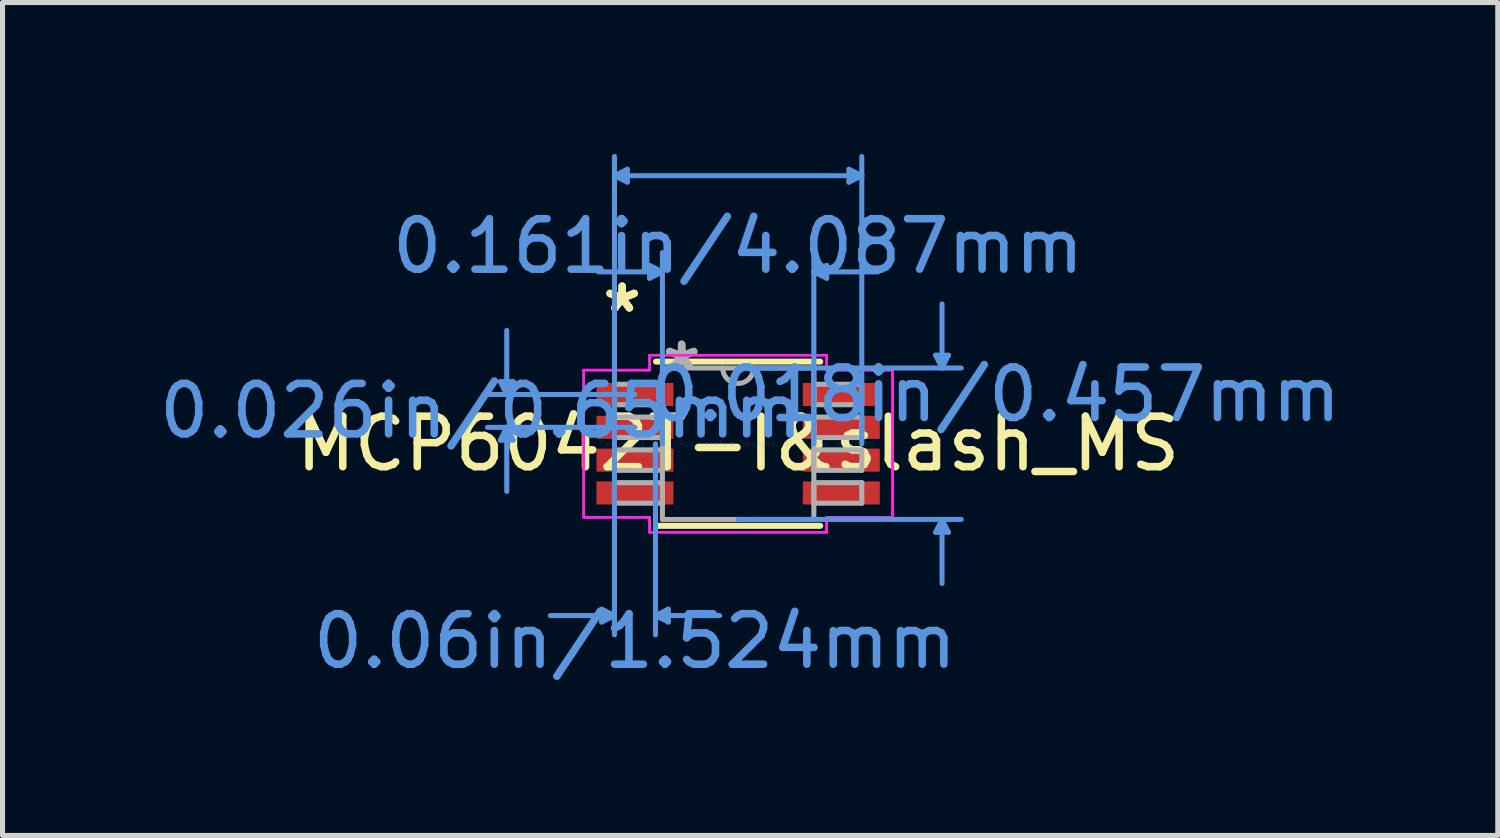
<source format=kicad_pcb>
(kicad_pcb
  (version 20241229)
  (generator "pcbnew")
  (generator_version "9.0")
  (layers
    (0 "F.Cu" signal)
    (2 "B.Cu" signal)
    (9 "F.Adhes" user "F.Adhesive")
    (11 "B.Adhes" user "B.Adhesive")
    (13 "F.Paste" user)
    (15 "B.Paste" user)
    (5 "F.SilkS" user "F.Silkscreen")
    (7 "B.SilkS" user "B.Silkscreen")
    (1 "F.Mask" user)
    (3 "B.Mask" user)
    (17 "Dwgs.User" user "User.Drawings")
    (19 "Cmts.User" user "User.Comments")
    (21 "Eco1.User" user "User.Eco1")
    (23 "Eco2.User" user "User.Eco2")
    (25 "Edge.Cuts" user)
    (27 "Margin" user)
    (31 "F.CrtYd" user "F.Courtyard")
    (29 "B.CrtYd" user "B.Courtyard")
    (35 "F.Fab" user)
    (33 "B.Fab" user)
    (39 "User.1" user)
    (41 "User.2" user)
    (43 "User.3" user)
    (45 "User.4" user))
  (footprint "MCP6042T-I&slash_MS"
    (layer "F.Cu")
    (at 11.574 5.741)
    (property "Reference" "MCP6042T-I&slash_MS" (at 0 0 0) (layer "F.SilkS") (effects (font (size 1 1) (thickness 0.15))))
    (attr through_hole)
    (fp_line (start -1.627 1.627) (end 1.627 1.627) (stroke (width 0.12) (type solid)) (layer "F.SilkS"))
    (fp_line (start 1.627 -1.627) (end -1.627 -1.627) (stroke (width 0.12) (type solid)) (layer "F.SilkS"))
    (fp_line (start -4.711 -1.229) (end -4.457 -1.229) (stroke (width 0.1) (type solid)) (layer "Cmts.User"))
    (fp_line (start -4.711 -0.071) (end -4.457 -0.071) (stroke (width 0.1) (type solid)) (layer "Cmts.User"))
    (fp_line (start -4.584 -0.975) (end -4.711 -1.229) (stroke (width 0.1) (type solid)) (layer "Cmts.User"))
    (fp_line (start -4.584 -0.975) (end -4.584 -2.245) (stroke (width 0.1) (type solid)) (layer "Cmts.User"))
    (fp_line (start -4.584 -0.975) (end -4.457 -1.229) (stroke (width 0.1) (type solid)) (layer "Cmts.User"))
    (fp_line (start -4.584 -0.325) (end -4.711 -0.071) (stroke (width 0.1) (type solid)) (layer "Cmts.User"))
    (fp_line (start -4.584 -0.325) (end -4.584 0.945) (stroke (width 0.1) (type solid)) (layer "Cmts.User"))
    (fp_line (start -4.584 -0.325) (end -4.457 -0.071) (stroke (width 0.1) (type solid)) (layer "Cmts.User"))
    (fp_line (start -2.704 3.278) (end -2.704 3.532) (stroke (width 0.1) (type solid)) (layer "Cmts.User"))
    (fp_line (start -2.45 -5.31) (end -2.196 -5.437) (stroke (width 0.1) (type solid)) (layer "Cmts.User"))
    (fp_line (start -2.45 -5.31) (end -2.196 -5.183) (stroke (width 0.1) (type solid)) (layer "Cmts.User"))
    (fp_line (start -2.45 -5.31) (end 2.45 -5.31) (stroke (width 0.1) (type solid)) (layer "Cmts.User"))
    (fp_line (start -2.45 0) (end -2.45 -5.691) (stroke (width 0.1) (type solid)) (layer "Cmts.User"))
    (fp_line (start -2.45 0) (end -2.45 3.786) (stroke (width 0.1) (type solid)) (layer "Cmts.User"))
    (fp_line (start -2.45 3.405) (end -3.72 3.405) (stroke (width 0.1) (type solid)) (layer "Cmts.User"))
    (fp_line (start -2.45 3.405) (end -2.704 3.278) (stroke (width 0.1) (type solid)) (layer "Cmts.User"))
    (fp_line (start -2.45 3.405) (end -2.704 3.532) (stroke (width 0.1) (type solid)) (layer "Cmts.User"))
    (fp_line (start -2.196 -5.437) (end -2.196 -5.183) (stroke (width 0.1) (type solid)) (layer "Cmts.User"))
    (fp_line (start -2.044 -0.975) (end -4.965 -0.975) (stroke (width 0.1) (type solid)) (layer "Cmts.User"))
    (fp_line (start -2.044 -0.325) (end -4.965 -0.325) (stroke (width 0.1) (type solid)) (layer "Cmts.User"))
    (fp_line (start -1.754 -3.532) (end -1.754 -3.278) (stroke (width 0.1) (type solid)) (layer "Cmts.User"))
    (fp_line (start -1.637 0) (end -1.637 3.786) (stroke (width 0.1) (type solid)) (layer "Cmts.User"))
    (fp_line (start -1.637 3.405) (end -1.383 3.278) (stroke (width 0.1) (type solid)) (layer "Cmts.User"))
    (fp_line (start -1.637 3.405) (end -1.383 3.532) (stroke (width 0.1) (type solid)) (layer "Cmts.User"))
    (fp_line (start -1.637 3.405) (end -0.367 3.405) (stroke (width 0.1) (type solid)) (layer "Cmts.User"))
    (fp_line (start -1.5 -3.405) (end -2.77 -3.405) (stroke (width 0.1) (type solid)) (layer "Cmts.User"))
    (fp_line (start -1.5 -3.405) (end -1.754 -3.532) (stroke (width 0.1) (type solid)) (layer "Cmts.User"))
    (fp_line (start -1.5 -3.405) (end -1.754 -3.278) (stroke (width 0.1) (type solid)) (layer "Cmts.User"))
    (fp_line (start -1.5 0) (end -1.5 -3.786) (stroke (width 0.1) (type solid)) (layer "Cmts.User"))
    (fp_line (start -1.383 3.278) (end -1.383 3.532) (stroke (width 0.1) (type solid)) (layer "Cmts.User"))
    (fp_line (start 0 -1.5) (end 4.421 -1.5) (stroke (width 0.1) (type solid)) (layer "Cmts.User"))
    (fp_line (start 0 1.5) (end 4.421 1.5) (stroke (width 0.1) (type solid)) (layer "Cmts.User"))
    (fp_line (start 1.5 -3.405) (end 1.754 -3.532) (stroke (width 0.1) (type solid)) (layer "Cmts.User"))
    (fp_line (start 1.5 -3.405) (end 1.754 -3.278) (stroke (width 0.1) (type solid)) (layer "Cmts.User"))
    (fp_line (start 1.5 -3.405) (end 2.77 -3.405) (stroke (width 0.1) (type solid)) (layer "Cmts.User"))
    (fp_line (start 1.5 0) (end 1.5 -3.786) (stroke (width 0.1) (type solid)) (layer "Cmts.User"))
    (fp_line (start 1.754 -3.532) (end 1.754 -3.278) (stroke (width 0.1) (type solid)) (layer "Cmts.User"))
    (fp_line (start 2.196 -5.437) (end 2.196 -5.183) (stroke (width 0.1) (type solid)) (layer "Cmts.User"))
    (fp_line (start 2.45 -5.31) (end 2.196 -5.437) (stroke (width 0.1) (type solid)) (layer "Cmts.User"))
    (fp_line (start 2.45 -5.31) (end 2.196 -5.183) (stroke (width 0.1) (type solid)) (layer "Cmts.User"))
    (fp_line (start 2.45 0) (end 2.45 -5.691) (stroke (width 0.1) (type solid)) (layer "Cmts.User"))
    (fp_line (start 3.913 -1.754) (end 4.167 -1.754) (stroke (width 0.1) (type solid)) (layer "Cmts.User"))
    (fp_line (start 3.913 1.754) (end 4.167 1.754) (stroke (width 0.1) (type solid)) (layer "Cmts.User"))
    (fp_line (start 4.04 -1.5) (end 3.913 -1.754) (stroke (width 0.1) (type solid)) (layer "Cmts.User"))
    (fp_line (start 4.04 -1.5) (end 4.04 -2.77) (stroke (width 0.1) (type solid)) (layer "Cmts.User"))
    (fp_line (start 4.04 -1.5) (end 4.167 -1.754) (stroke (width 0.1) (type solid)) (layer "Cmts.User"))
    (fp_line (start 4.04 1.5) (end 3.913 1.754) (stroke (width 0.1) (type solid)) (layer "Cmts.User"))
    (fp_line (start 4.04 1.5) (end 4.04 2.77) (stroke (width 0.1) (type solid)) (layer "Cmts.User"))
    (fp_line (start 4.04 1.5) (end 4.167 1.754) (stroke (width 0.1) (type solid)) (layer "Cmts.User"))
    (fp_line (start -3.06 -1.458) (end -1.754 -1.458) (stroke (width 0.05) (type solid)) (layer "F.CrtYd"))
    (fp_line (start -3.06 -1.458) (end -1.754 -1.458) (stroke (width 0.05) (type solid)) (layer "F.CrtYd"))
    (fp_line (start -3.06 1.458) (end -3.06 -1.458) (stroke (width 0.05) (type solid)) (layer "F.CrtYd"))
    (fp_line (start -3.06 1.458) (end -3.06 -1.458) (stroke (width 0.05) (type solid)) (layer "F.CrtYd"))
    (fp_line (start -3.06 1.458) (end -1.754 1.458) (stroke (width 0.05) (type solid)) (layer "F.CrtYd"))
    (fp_line (start -1.754 -1.754) (end 1.754 -1.754) (stroke (width 0.05) (type solid)) (layer "F.CrtYd"))
    (fp_line (start -1.754 -1.754) (end 1.754 -1.754) (stroke (width 0.05) (type solid)) (layer "F.CrtYd"))
    (fp_line (start -1.754 -1.458) (end -1.754 -1.754) (stroke (width 0.05) (type solid)) (layer "F.CrtYd"))
    (fp_line (start -1.754 -1.458) (end -1.754 -1.754) (stroke (width 0.05) (type solid)) (layer "F.CrtYd"))
    (fp_line (start -1.754 1.458) (end -3.06 1.458) (stroke (width 0.05) (type solid)) (layer "F.CrtYd"))
    (fp_line (start -1.754 1.754) (end -1.754 1.458) (stroke (width 0.05) (type solid)) (layer "F.CrtYd"))
    (fp_line (start -1.754 1.754) (end -1.754 1.458) (stroke (width 0.05) (type solid)) (layer "F.CrtYd"))
    (fp_line (start 1.754 -1.754) (end 1.754 -1.458) (stroke (width 0.05) (type solid)) (layer "F.CrtYd"))
    (fp_line (start 1.754 -1.754) (end 1.754 -1.458) (stroke (width 0.05) (type solid)) (layer "F.CrtYd"))
    (fp_line (start 1.754 -1.458) (end 3.06 -1.458) (stroke (width 0.05) (type solid)) (layer "F.CrtYd"))
    (fp_line (start 1.754 1.458) (end 1.754 1.754) (stroke (width 0.05) (type solid)) (layer "F.CrtYd"))
    (fp_line (start 1.754 1.458) (end 1.754 1.754) (stroke (width 0.05) (type solid)) (layer "F.CrtYd"))
    (fp_line (start 1.754 1.754) (end -1.754 1.754) (stroke (width 0.05) (type solid)) (layer "F.CrtYd"))
    (fp_line (start 1.754 1.754) (end -1.754 1.754) (stroke (width 0.05) (type solid)) (layer "F.CrtYd"))
    (fp_line (start 3.06 -1.458) (end 1.754 -1.458) (stroke (width 0.05) (type solid)) (layer "F.CrtYd"))
    (fp_line (start 3.06 -1.458) (end 3.06 1.458) (stroke (width 0.05) (type solid)) (layer "F.CrtYd"))
    (fp_line (start 3.06 -1.458) (end 3.06 1.458) (stroke (width 0.05) (type solid)) (layer "F.CrtYd"))
    (fp_line (start 3.06 1.458) (end 1.754 1.458) (stroke (width 0.05) (type solid)) (layer "F.CrtYd"))
    (fp_line (start 3.06 1.458) (end 1.754 1.458) (stroke (width 0.05) (type solid)) (layer "F.CrtYd"))
    (fp_line (start -2.45 -1.178) (end -2.45 -0.772) (stroke (width 0.1) (type solid)) (layer "F.Fab"))
    (fp_line (start -2.45 -0.772) (end -1.5 -0.772) (stroke (width 0.1) (type solid)) (layer "F.Fab"))
    (fp_line (start -2.45 -0.528) (end -2.45 -0.122) (stroke (width 0.1) (type solid)) (layer "F.Fab"))
    (fp_line (start -2.45 -0.122) (end -1.5 -0.122) (stroke (width 0.1) (type solid)) (layer "F.Fab"))
    (fp_line (start -2.45 0.122) (end -2.45 0.528) (stroke (width 0.1) (type solid)) (layer "F.Fab"))
    (fp_line (start -2.45 0.528) (end -1.5 0.528) (stroke (width 0.1) (type solid)) (layer "F.Fab"))
    (fp_line (start -2.45 0.772) (end -2.45 1.178) (stroke (width 0.1) (type solid)) (layer "F.Fab"))
    (fp_line (start -2.45 1.178) (end -1.5 1.178) (stroke (width 0.1) (type solid)) (layer "F.Fab"))
    (fp_line (start -1.5 -1.5) (end -1.5 1.5) (stroke (width 0.1) (type solid)) (layer "F.Fab"))
    (fp_line (start -1.5 -1.178) (end -2.45 -1.178) (stroke (width 0.1) (type solid)) (layer "F.Fab"))
    (fp_line (start -1.5 -0.772) (end -1.5 -1.178) (stroke (width 0.1) (type solid)) (layer "F.Fab"))
    (fp_line (start -1.5 -0.528) (end -2.45 -0.528) (stroke (width 0.1) (type solid)) (layer "F.Fab"))
    (fp_line (start -1.5 -0.122) (end -1.5 -0.528) (stroke (width 0.1) (type solid)) (layer "F.Fab"))
    (fp_line (start -1.5 0.122) (end -2.45 0.122) (stroke (width 0.1) (type solid)) (layer "F.Fab"))
    (fp_line (start -1.5 0.528) (end -1.5 0.122) (stroke (width 0.1) (type solid)) (layer "F.Fab"))
    (fp_line (start -1.5 0.772) (end -2.45 0.772) (stroke (width 0.1) (type solid)) (layer "F.Fab"))
    (fp_line (start -1.5 1.178) (end -1.5 0.772) (stroke (width 0.1) (type solid)) (layer "F.Fab"))
    (fp_line (start -1.5 1.5) (end 1.5 1.5) (stroke (width 0.1) (type solid)) (layer "F.Fab"))
    (fp_line (start 1.5 -1.5) (end -1.5 -1.5) (stroke (width 0.1) (type solid)) (layer "F.Fab"))
    (fp_line (start 1.5 -1.178) (end 1.5 -0.772) (stroke (width 0.1) (type solid)) (layer "F.Fab"))
    (fp_line (start 1.5 -0.772) (end 2.45 -0.772) (stroke (width 0.1) (type solid)) (layer "F.Fab"))
    (fp_line (start 1.5 -0.528) (end 1.5 -0.122) (stroke (width 0.1) (type solid)) (layer "F.Fab"))
    (fp_line (start 1.5 -0.122) (end 2.45 -0.122) (stroke (width 0.1) (type solid)) (layer "F.Fab"))
    (fp_line (start 1.5 0.122) (end 1.5 0.528) (stroke (width 0.1) (type solid)) (layer "F.Fab"))
    (fp_line (start 1.5 0.528) (end 2.45 0.528) (stroke (width 0.1) (type solid)) (layer "F.Fab"))
    (fp_line (start 1.5 0.772) (end 1.5 1.178) (stroke (width 0.1) (type solid)) (layer "F.Fab"))
    (fp_line (start 1.5 1.178) (end 2.45 1.178) (stroke (width 0.1) (type solid)) (layer "F.Fab"))
    (fp_line (start 1.5 1.5) (end 1.5 -1.5) (stroke (width 0.1) (type solid)) (layer "F.Fab"))
    (fp_line (start 2.45 -1.178) (end 1.5 -1.178) (stroke (width 0.1) (type solid)) (layer "F.Fab"))
    (fp_line (start 2.45 -0.772) (end 2.45 -1.178) (stroke (width 0.1) (type solid)) (layer "F.Fab"))
    (fp_line (start 2.45 -0.528) (end 1.5 -0.528) (stroke (width 0.1) (type solid)) (layer "F.Fab"))
    (fp_line (start 2.45 -0.122) (end 2.45 -0.528) (stroke (width 0.1) (type solid)) (layer "F.Fab"))
    (fp_line (start 2.45 0.122) (end 1.5 0.122) (stroke (width 0.1) (type solid)) (layer "F.Fab"))
    (fp_line (start 2.45 0.528) (end 2.45 0.122) (stroke (width 0.1) (type solid)) (layer "F.Fab"))
    (fp_line (start 2.45 0.772) (end 1.5 0.772) (stroke (width 0.1) (type solid)) (layer "F.Fab"))
    (fp_line (start 2.45 1.178) (end 2.45 0.772) (stroke (width 0.1) (type solid)) (layer "F.Fab"))
    (fp_arc (start 0.3048 -1.5) (mid 0 -1.1952) (end -0.3048 -1.5) (stroke (width 0.1) (type solid)) (layer "F.Fab"))
    (fp_text user "*" (at -2.298 -2.575 0) (layer "F.SilkS") (effects (font (size 1 1) (thickness 0.15))))
    (fp_text user "*" (at -2.298 -2.575 0) (layer "F.SilkS") (effects (font (size 1 1) (thickness 0.15))))
    (fp_text user "Copyright 2021 Accelerated Designs. All rights reserved." (at 0 0 0) (layer "Cmts.User") (effects (font (size 0.127 0.127) (thickness 0.002))))
    (fp_text user "0.018in/0.457mm" (at 5.092 -0.975 0) (layer "Cmts.User") (effects (font (size 1 1) (thickness 0.15))))
    (fp_text user "0.06in/1.524mm" (at -2.044 3.913 0) (layer "Cmts.User") (effects (font (size 1 1) (thickness 0.15))))
    (fp_text user "0.161in/4.087mm" (at 0 -3.913 0) (layer "Cmts.User") (effects (font (size 1 1) (thickness 0.15))))
    (fp_text user "0.026in/0.65mm" (at -5.092 -0.65 0) (layer "Cmts.User") (effects (font (size 1 1) (thickness 0.15))))
    (fp_text user "*" (at -1.119 -1.424 0) (layer "F.Fab") (effects (font (size 1 1) (thickness 0.15))))
    (fp_text user "*" (at -1.119 -1.424 0) (layer "F.Fab") (effects (font (size 1 1) (thickness 0.15))))
    (pad "1" smd rect (at -2.044 -0.975) (size 1.524 0.457) (layers "F.Cu" "F.Mask" "F.Paste"))
    (pad "2" smd rect (at -2.044 -0.325) (size 1.524 0.457) (layers "F.Cu" "F.Mask" "F.Paste"))
    (pad "3" smd rect (at -2.044 0.325) (size 1.524 0.457) (layers "F.Cu" "F.Mask" "F.Paste"))
    (pad "4" smd rect (at -2.044 0.975) (size 1.524 0.457) (layers "F.Cu" "F.Mask" "F.Paste"))
    (pad "5" smd rect (at 2.044 0.975) (size 1.524 0.457) (layers "F.Cu" "F.Mask" "F.Paste"))
    (pad "6" smd rect (at 2.044 0.325) (size 1.524 0.457) (layers "F.Cu" "F.Mask" "F.Paste"))
    (pad "7" smd rect (at 2.044 -0.325) (size 1.524 0.457) (layers "F.Cu" "F.Mask" "F.Paste"))
    (pad "8" smd rect (at 2.044 -0.975) (size 1.524 0.457) (layers "F.Cu" "F.Mask" "F.Paste")))
  (gr_rect
    (start -3 -3)
    (end 26.624 13.502)
    (stroke (width 0.1) (type default))
    (fill no)
    (layer "Edge.Cuts")))
</source>
